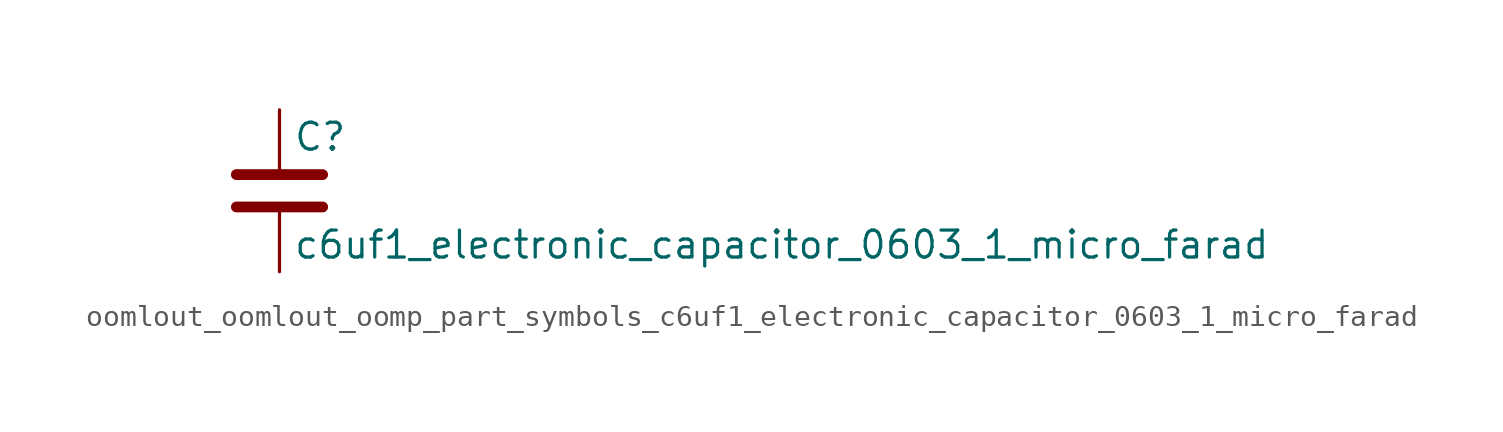
<source format=kicad_sym>
(kicad_symbol_lib
  (version 20220914)
  (generator kicad_symbol_editor)
  (symbol "oomlout_oomlout_oomp_part_symbols_c6uf1_electronic_capacitor_0603_1_micro_farad"
    (pin_numbers hide)
    (pin_names
      (offset 0.254))
    (property "Reference" "C"
      (at 0.635 2.54 0)
      (effects (font (size 1.27 1.27)) (justify left)))
    (property "Value" "c6uf1_electronic_capacitor_0603_1_micro_farad"
      (at 0.635 -2.54 0)
      (effects (font (size 1.27 1.27)) (justify left)))
    (symbol "oomlout_oomlout_oomp_part_symbols_c6uf1_electronic_capacitor_0603_1_micro_farad_0_1"
      (polyline (pts (xy -2.032 -0.762) (xy 2.032 -0.762)) (stroke (width 0.508) (type default)) (fill (type none)))
      (polyline (pts (xy -2.032 0.762) (xy 2.032 0.762)) (stroke (width 0.508) (type default)) (fill (type none))))
    (symbol "oomlout_oomlout_oomp_part_symbols_c6uf1_electronic_capacitor_0603_1_micro_farad_1_1"
      (pin passive line (at 0 3.81 270) (length 2.794) (name "~" (effects (font (size 1.27 1.27)))) (number "1" (effects (font (size 1.27 1.27)))))
      (pin passive line (at 0 -3.81 90) (length 2.794) (name "~" (effects (font (size 1.27 1.27)))) (number "2" (effects (font (size 1.27 1.27))))))))
</source>
